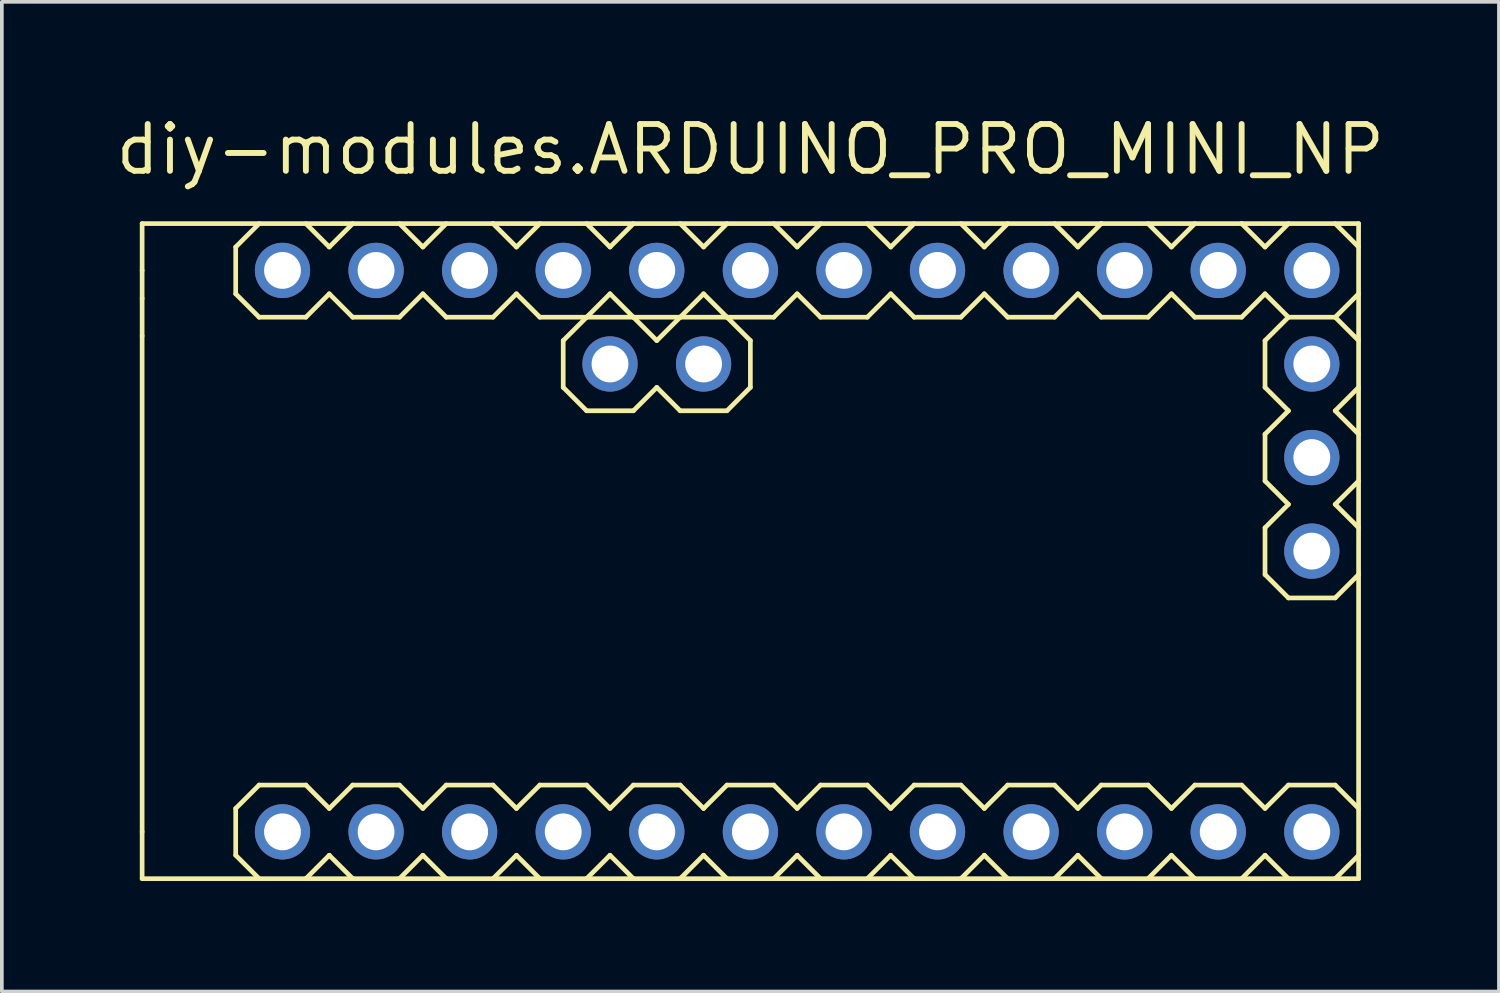
<source format=kicad_pcb>
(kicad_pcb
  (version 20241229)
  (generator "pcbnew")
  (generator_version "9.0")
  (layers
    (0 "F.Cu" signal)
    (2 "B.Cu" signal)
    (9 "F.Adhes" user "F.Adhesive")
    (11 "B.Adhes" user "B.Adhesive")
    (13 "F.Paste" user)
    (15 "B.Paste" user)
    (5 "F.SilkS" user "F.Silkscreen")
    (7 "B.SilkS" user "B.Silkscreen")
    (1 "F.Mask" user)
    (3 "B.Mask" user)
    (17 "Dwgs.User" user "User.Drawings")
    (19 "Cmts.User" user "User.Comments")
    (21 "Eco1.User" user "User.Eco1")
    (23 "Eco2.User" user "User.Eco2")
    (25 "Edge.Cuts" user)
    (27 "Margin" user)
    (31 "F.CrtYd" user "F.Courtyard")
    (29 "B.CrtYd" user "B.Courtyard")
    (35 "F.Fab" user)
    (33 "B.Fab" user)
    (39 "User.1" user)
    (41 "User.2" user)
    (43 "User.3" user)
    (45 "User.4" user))
  (footprint "diy-modules.ARDUINO_PRO_MINI_NP"
    (layer "F.Cu")
    (at 17.318 11.91)
    (property "Reference" "diy-modules.ARDUINO_PRO_MINI_NP" (at 0 -10.16 0) (layer "F.SilkS") (effects (font (size 1.27 1.27) (thickness 0.16)) (justify bottom)))
    (attr through_hole)
    (fp_line (start -16.51 -8.89) (end -16.51 -7.62) (stroke (width 0.127) (type default)) (layer "F.SilkS"))
    (fp_line (start -16.51 -7.62) (end -16.51 -6.858) (stroke (width 0.127) (type default)) (layer "F.SilkS"))
    (fp_line (start -16.51 -6.858) (end -16.51 -5.842) (stroke (width 0.127) (type default)) (layer "F.SilkS"))
    (fp_line (start -16.51 -5.842) (end -16.51 7.62) (stroke (width 0.127) (type default)) (layer "F.SilkS"))
    (fp_line (start -16.51 7.62) (end -16.51 8.89) (stroke (width 0.127) (type default)) (layer "F.SilkS"))
    (fp_line (start -16.51 8.89) (end -12.065 8.89) (stroke (width 0.127) (type default)) (layer "F.SilkS"))
    (fp_line (start -13.97 -8.255) (end -13.97 -6.985) (stroke (width 0.127) (type default)) (layer "F.SilkS"))
    (fp_line (start -13.97 -6.985) (end -13.335 -6.35) (stroke (width 0.127) (type default)) (layer "F.SilkS"))
    (fp_line (start -13.97 6.985) (end -13.97 8.255) (stroke (width 0.127) (type default)) (layer "F.SilkS"))
    (fp_line (start -13.335 -8.89) (end -13.97 -8.255) (stroke (width 0.127) (type default)) (layer "F.SilkS"))
    (fp_line (start -13.335 -6.35) (end -12.065 -6.35) (stroke (width 0.127) (type default)) (layer "F.SilkS"))
    (fp_line (start -13.335 6.35) (end -13.97 6.985) (stroke (width 0.127) (type default)) (layer "F.SilkS"))
    (fp_line (start -13.335 6.35) (end -12.065 6.35) (stroke (width 0.127) (type default)) (layer "F.SilkS"))
    (fp_line (start -13.335 8.89) (end -13.97 8.255) (stroke (width 0.127) (type default)) (layer "F.SilkS"))
    (fp_line (start -12.065 -6.35) (end -11.43 -6.985) (stroke (width 0.127) (type default)) (layer "F.SilkS"))
    (fp_line (start -12.065 6.35) (end -11.43 6.985) (stroke (width 0.127) (type default)) (layer "F.SilkS"))
    (fp_line (start -12.065 8.89) (end -11.43 8.255) (stroke (width 0.127) (type default)) (layer "F.SilkS"))
    (fp_line (start -12.065 8.89) (end -10.795 8.89) (stroke (width 0.127) (type default)) (layer "F.SilkS"))
    (fp_line (start -11.43 -8.255) (end -12.065 -8.89) (stroke (width 0.127) (type default)) (layer "F.SilkS"))
    (fp_line (start -11.43 -6.985) (end -10.795 -6.35) (stroke (width 0.127) (type default)) (layer "F.SilkS"))
    (fp_line (start -11.43 6.985) (end -10.795 6.35) (stroke (width 0.127) (type default)) (layer "F.SilkS"))
    (fp_line (start -11.43 8.255) (end -10.795 8.89) (stroke (width 0.127) (type default)) (layer "F.SilkS"))
    (fp_line (start -10.795 -8.89) (end -11.43 -8.255) (stroke (width 0.127) (type default)) (layer "F.SilkS"))
    (fp_line (start -10.795 -6.35) (end -9.525 -6.35) (stroke (width 0.127) (type default)) (layer "F.SilkS"))
    (fp_line (start -10.795 6.35) (end -9.525 6.35) (stroke (width 0.127) (type default)) (layer "F.SilkS"))
    (fp_line (start -10.795 8.89) (end -9.525 8.89) (stroke (width 0.127) (type default)) (layer "F.SilkS"))
    (fp_line (start -9.525 -6.35) (end -8.89 -6.985) (stroke (width 0.127) (type default)) (layer "F.SilkS"))
    (fp_line (start -9.525 6.35) (end -8.89 6.985) (stroke (width 0.127) (type default)) (layer "F.SilkS"))
    (fp_line (start -9.525 8.89) (end -8.89 8.255) (stroke (width 0.127) (type default)) (layer "F.SilkS"))
    (fp_line (start -9.525 8.89) (end -8.255 8.89) (stroke (width 0.127) (type default)) (layer "F.SilkS"))
    (fp_line (start -8.89 -8.255) (end -9.525 -8.89) (stroke (width 0.127) (type default)) (layer "F.SilkS"))
    (fp_line (start -8.89 -6.985) (end -8.255 -6.35) (stroke (width 0.127) (type default)) (layer "F.SilkS"))
    (fp_line (start -8.89 6.985) (end -8.255 6.35) (stroke (width 0.127) (type default)) (layer "F.SilkS"))
    (fp_line (start -8.89 8.255) (end -8.255 8.89) (stroke (width 0.127) (type default)) (layer "F.SilkS"))
    (fp_line (start -8.255 -8.89) (end -8.89 -8.255) (stroke (width 0.127) (type default)) (layer "F.SilkS"))
    (fp_line (start -8.255 -6.35) (end -6.985 -6.35) (stroke (width 0.127) (type default)) (layer "F.SilkS"))
    (fp_line (start -8.255 6.35) (end -6.985 6.35) (stroke (width 0.127) (type default)) (layer "F.SilkS"))
    (fp_line (start -8.255 8.89) (end -6.985 8.89) (stroke (width 0.127) (type default)) (layer "F.SilkS"))
    (fp_line (start -6.985 -8.89) (end -16.51 -8.89) (stroke (width 0.127) (type default)) (layer "F.SilkS"))
    (fp_line (start -6.985 -6.35) (end -6.35 -6.985) (stroke (width 0.127) (type default)) (layer "F.SilkS"))
    (fp_line (start -6.985 6.35) (end -6.35 6.985) (stroke (width 0.127) (type default)) (layer "F.SilkS"))
    (fp_line (start -6.985 8.89) (end -6.35 8.255) (stroke (width 0.127) (type default)) (layer "F.SilkS"))
    (fp_line (start -6.985 8.89) (end -5.715 8.89) (stroke (width 0.127) (type default)) (layer "F.SilkS"))
    (fp_line (start -6.35 -8.255) (end -6.985 -8.89) (stroke (width 0.127) (type default)) (layer "F.SilkS"))
    (fp_line (start -6.35 -6.985) (end -5.715 -6.35) (stroke (width 0.127) (type default)) (layer "F.SilkS"))
    (fp_line (start -6.35 6.985) (end -5.715 6.35) (stroke (width 0.127) (type default)) (layer "F.SilkS"))
    (fp_line (start -6.35 8.255) (end -5.715 8.89) (stroke (width 0.127) (type default)) (layer "F.SilkS"))
    (fp_line (start -5.715 -8.89) (end -6.35 -8.255) (stroke (width 0.127) (type default)) (layer "F.SilkS"))
    (fp_line (start -5.715 -6.35) (end -4.445 -6.35) (stroke (width 0.127) (type default)) (layer "F.SilkS"))
    (fp_line (start -5.715 6.35) (end -4.445 6.35) (stroke (width 0.127) (type default)) (layer "F.SilkS"))
    (fp_line (start -5.715 8.89) (end -4.445 8.89) (stroke (width 0.127) (type default)) (layer "F.SilkS"))
    (fp_line (start -5.08 -5.715) (end -4.445 -6.35) (stroke (width 0.127) (type default)) (layer "F.SilkS"))
    (fp_line (start -5.08 -4.445) (end -5.08 -5.715) (stroke (width 0.127) (type default)) (layer "F.SilkS"))
    (fp_line (start -4.445 -6.35) (end -3.81 -6.985) (stroke (width 0.127) (type default)) (layer "F.SilkS"))
    (fp_line (start -4.445 -6.35) (end -3.175 -6.35) (stroke (width 0.127) (type default)) (layer "F.SilkS"))
    (fp_line (start -4.445 -3.81) (end -5.08 -4.445) (stroke (width 0.127) (type default)) (layer "F.SilkS"))
    (fp_line (start -4.445 6.35) (end -3.81 6.985) (stroke (width 0.127) (type default)) (layer "F.SilkS"))
    (fp_line (start -4.445 8.89) (end -3.81 8.255) (stroke (width 0.127) (type default)) (layer "F.SilkS"))
    (fp_line (start -4.445 8.89) (end -3.175 8.89) (stroke (width 0.127) (type default)) (layer "F.SilkS"))
    (fp_line (start -3.81 -8.255) (end -4.445 -8.89) (stroke (width 0.127) (type default)) (layer "F.SilkS"))
    (fp_line (start -3.81 -6.985) (end -3.175 -6.35) (stroke (width 0.127) (type default)) (layer "F.SilkS"))
    (fp_line (start -3.81 6.985) (end -3.175 6.35) (stroke (width 0.127) (type default)) (layer "F.SilkS"))
    (fp_line (start -3.81 8.255) (end -3.175 8.89) (stroke (width 0.127) (type default)) (layer "F.SilkS"))
    (fp_line (start -3.175 -8.89) (end -3.81 -8.255) (stroke (width 0.127) (type default)) (layer "F.SilkS"))
    (fp_line (start -3.175 -6.35) (end -2.54 -5.715) (stroke (width 0.127) (type default)) (layer "F.SilkS"))
    (fp_line (start -3.175 -6.35) (end -1.905 -6.35) (stroke (width 0.127) (type default)) (layer "F.SilkS"))
    (fp_line (start -3.175 -3.81) (end -4.445 -3.81) (stroke (width 0.127) (type default)) (layer "F.SilkS"))
    (fp_line (start -3.175 6.35) (end -1.905 6.35) (stroke (width 0.127) (type default)) (layer "F.SilkS"))
    (fp_line (start -3.175 8.89) (end -1.905 8.89) (stroke (width 0.127) (type default)) (layer "F.SilkS"))
    (fp_line (start -2.54 -5.715) (end -1.905 -6.35) (stroke (width 0.127) (type default)) (layer "F.SilkS"))
    (fp_line (start -2.54 -4.445) (end -3.175 -3.81) (stroke (width 0.127) (type default)) (layer "F.SilkS"))
    (fp_line (start -1.905 -6.35) (end -1.27 -6.985) (stroke (width 0.127) (type default)) (layer "F.SilkS"))
    (fp_line (start -1.905 -6.35) (end -0.635 -6.35) (stroke (width 0.127) (type default)) (layer "F.SilkS"))
    (fp_line (start -1.905 -3.81) (end -2.54 -4.445) (stroke (width 0.127) (type default)) (layer "F.SilkS"))
    (fp_line (start -1.905 6.35) (end -1.27 6.985) (stroke (width 0.127) (type default)) (layer "F.SilkS"))
    (fp_line (start -1.905 8.89) (end -1.27 8.255) (stroke (width 0.127) (type default)) (layer "F.SilkS"))
    (fp_line (start -1.905 8.89) (end -0.635 8.89) (stroke (width 0.127) (type default)) (layer "F.SilkS"))
    (fp_line (start -1.27 -8.255) (end -1.905 -8.89) (stroke (width 0.127) (type default)) (layer "F.SilkS"))
    (fp_line (start -1.27 -6.985) (end -0.635 -6.35) (stroke (width 0.127) (type default)) (layer "F.SilkS"))
    (fp_line (start -1.27 6.985) (end -0.635 6.35) (stroke (width 0.127) (type default)) (layer "F.SilkS"))
    (fp_line (start -1.27 8.255) (end -0.635 8.89) (stroke (width 0.127) (type default)) (layer "F.SilkS"))
    (fp_line (start -0.635 -8.89) (end -1.27 -8.255) (stroke (width 0.127) (type default)) (layer "F.SilkS"))
    (fp_line (start -0.635 -6.35) (end 0 -5.715) (stroke (width 0.127) (type default)) (layer "F.SilkS"))
    (fp_line (start -0.635 -6.35) (end 0.635 -6.35) (stroke (width 0.127) (type default)) (layer "F.SilkS"))
    (fp_line (start -0.635 -3.81) (end -1.905 -3.81) (stroke (width 0.127) (type default)) (layer "F.SilkS"))
    (fp_line (start -0.635 6.35) (end 0.635 6.35) (stroke (width 0.127) (type default)) (layer "F.SilkS"))
    (fp_line (start -0.635 8.89) (end 0.635 8.89) (stroke (width 0.127) (type default)) (layer "F.SilkS"))
    (fp_line (start 0 -5.715) (end 0 -4.445) (stroke (width 0.127) (type default)) (layer "F.SilkS"))
    (fp_line (start 0 -4.445) (end -0.635 -3.81) (stroke (width 0.127) (type default)) (layer "F.SilkS"))
    (fp_line (start 0.635 -6.35) (end 1.27 -6.985) (stroke (width 0.127) (type default)) (layer "F.SilkS"))
    (fp_line (start 0.635 6.35) (end 1.27 6.985) (stroke (width 0.127) (type default)) (layer "F.SilkS"))
    (fp_line (start 0.635 8.89) (end 1.27 8.255) (stroke (width 0.127) (type default)) (layer "F.SilkS"))
    (fp_line (start 0.635 8.89) (end 1.905 8.89) (stroke (width 0.127) (type default)) (layer "F.SilkS"))
    (fp_line (start 1.27 -8.255) (end 0.635 -8.89) (stroke (width 0.127) (type default)) (layer "F.SilkS"))
    (fp_line (start 1.27 -6.985) (end 1.905 -6.35) (stroke (width 0.127) (type default)) (layer "F.SilkS"))
    (fp_line (start 1.27 6.985) (end 1.905 6.35) (stroke (width 0.127) (type default)) (layer "F.SilkS"))
    (fp_line (start 1.27 8.255) (end 1.905 8.89) (stroke (width 0.127) (type default)) (layer "F.SilkS"))
    (fp_line (start 1.905 -8.89) (end 1.27 -8.255) (stroke (width 0.127) (type default)) (layer "F.SilkS"))
    (fp_line (start 1.905 -6.35) (end 3.175 -6.35) (stroke (width 0.127) (type default)) (layer "F.SilkS"))
    (fp_line (start 1.905 6.35) (end 3.175 6.35) (stroke (width 0.127) (type default)) (layer "F.SilkS"))
    (fp_line (start 1.905 8.89) (end 3.175 8.89) (stroke (width 0.127) (type default)) (layer "F.SilkS"))
    (fp_line (start 3.175 -6.35) (end 3.81 -6.985) (stroke (width 0.127) (type default)) (layer "F.SilkS"))
    (fp_line (start 3.175 6.35) (end 3.81 6.985) (stroke (width 0.127) (type default)) (layer "F.SilkS"))
    (fp_line (start 3.175 8.89) (end 3.81 8.255) (stroke (width 0.127) (type default)) (layer "F.SilkS"))
    (fp_line (start 3.175 8.89) (end 4.445 8.89) (stroke (width 0.127) (type default)) (layer "F.SilkS"))
    (fp_line (start 3.81 -8.255) (end 3.175 -8.89) (stroke (width 0.127) (type default)) (layer "F.SilkS"))
    (fp_line (start 3.81 -6.985) (end 4.445 -6.35) (stroke (width 0.127) (type default)) (layer "F.SilkS"))
    (fp_line (start 3.81 6.985) (end 4.445 6.35) (stroke (width 0.127) (type default)) (layer "F.SilkS"))
    (fp_line (start 3.81 8.255) (end 4.445 8.89) (stroke (width 0.127) (type default)) (layer "F.SilkS"))
    (fp_line (start 4.445 -8.89) (end 3.81 -8.255) (stroke (width 0.127) (type default)) (layer "F.SilkS"))
    (fp_line (start 4.445 -6.35) (end 5.715 -6.35) (stroke (width 0.127) (type default)) (layer "F.SilkS"))
    (fp_line (start 4.445 6.35) (end 5.715 6.35) (stroke (width 0.127) (type default)) (layer "F.SilkS"))
    (fp_line (start 4.445 8.89) (end 5.715 8.89) (stroke (width 0.127) (type default)) (layer "F.SilkS"))
    (fp_line (start 5.715 -6.35) (end 6.35 -6.985) (stroke (width 0.127) (type default)) (layer "F.SilkS"))
    (fp_line (start 5.715 6.35) (end 6.35 6.985) (stroke (width 0.127) (type default)) (layer "F.SilkS"))
    (fp_line (start 5.715 8.89) (end 6.35 8.255) (stroke (width 0.127) (type default)) (layer "F.SilkS"))
    (fp_line (start 5.715 8.89) (end 6.985 8.89) (stroke (width 0.127) (type default)) (layer "F.SilkS"))
    (fp_line (start 6.35 -8.255) (end 5.715 -8.89) (stroke (width 0.127) (type default)) (layer "F.SilkS"))
    (fp_line (start 6.35 -6.985) (end 6.985 -6.35) (stroke (width 0.127) (type default)) (layer "F.SilkS"))
    (fp_line (start 6.35 6.985) (end 6.985 6.35) (stroke (width 0.127) (type default)) (layer "F.SilkS"))
    (fp_line (start 6.35 8.255) (end 6.985 8.89) (stroke (width 0.127) (type default)) (layer "F.SilkS"))
    (fp_line (start 6.985 -8.89) (end 6.35 -8.255) (stroke (width 0.127) (type default)) (layer "F.SilkS"))
    (fp_line (start 6.985 -6.35) (end 8.255 -6.35) (stroke (width 0.127) (type default)) (layer "F.SilkS"))
    (fp_line (start 6.985 6.35) (end 8.255 6.35) (stroke (width 0.127) (type default)) (layer "F.SilkS"))
    (fp_line (start 6.985 8.89) (end 8.255 8.89) (stroke (width 0.127) (type default)) (layer "F.SilkS"))
    (fp_line (start 8.255 -6.35) (end 8.89 -6.985) (stroke (width 0.127) (type default)) (layer "F.SilkS"))
    (fp_line (start 8.255 6.35) (end 8.89 6.985) (stroke (width 0.127) (type default)) (layer "F.SilkS"))
    (fp_line (start 8.255 8.89) (end 8.89 8.255) (stroke (width 0.127) (type default)) (layer "F.SilkS"))
    (fp_line (start 8.255 8.89) (end 9.525 8.89) (stroke (width 0.127) (type default)) (layer "F.SilkS"))
    (fp_line (start 8.89 -8.255) (end 8.255 -8.89) (stroke (width 0.127) (type default)) (layer "F.SilkS"))
    (fp_line (start 8.89 -8.255) (end 9.525 -8.89) (stroke (width 0.127) (type default)) (layer "F.SilkS"))
    (fp_line (start 8.89 -6.985) (end 9.525 -6.35) (stroke (width 0.127) (type default)) (layer "F.SilkS"))
    (fp_line (start 8.89 6.985) (end 9.525 6.35) (stroke (width 0.127) (type default)) (layer "F.SilkS"))
    (fp_line (start 8.89 8.255) (end 9.525 8.89) (stroke (width 0.127) (type default)) (layer "F.SilkS"))
    (fp_line (start 9.525 -8.89) (end -6.985 -8.89) (stroke (width 0.127) (type default)) (layer "F.SilkS"))
    (fp_line (start 9.525 -6.35) (end 10.795 -6.35) (stroke (width 0.127) (type default)) (layer "F.SilkS"))
    (fp_line (start 9.525 6.35) (end 10.795 6.35) (stroke (width 0.127) (type default)) (layer "F.SilkS"))
    (fp_line (start 9.525 8.89) (end 10.795 8.89) (stroke (width 0.127) (type default)) (layer "F.SilkS"))
    (fp_line (start 10.795 -6.35) (end 11.43 -6.985) (stroke (width 0.127) (type default)) (layer "F.SilkS"))
    (fp_line (start 10.795 6.35) (end 11.43 6.985) (stroke (width 0.127) (type default)) (layer "F.SilkS"))
    (fp_line (start 10.795 8.89) (end 11.43 8.255) (stroke (width 0.127) (type default)) (layer "F.SilkS"))
    (fp_line (start 10.795 8.89) (end 12.065 8.89) (stroke (width 0.127) (type default)) (layer "F.SilkS"))
    (fp_line (start 11.43 -8.255) (end 10.795 -8.89) (stroke (width 0.127) (type default)) (layer "F.SilkS"))
    (fp_line (start 11.43 -6.985) (end 12.065 -6.35) (stroke (width 0.127) (type default)) (layer "F.SilkS"))
    (fp_line (start 11.43 6.985) (end 12.065 6.35) (stroke (width 0.127) (type default)) (layer "F.SilkS"))
    (fp_line (start 11.43 8.255) (end 12.065 8.89) (stroke (width 0.127) (type default)) (layer "F.SilkS"))
    (fp_line (start 12.065 -8.89) (end 11.43 -8.255) (stroke (width 0.127) (type default)) (layer "F.SilkS"))
    (fp_line (start 12.065 -6.35) (end 13.335 -6.35) (stroke (width 0.127) (type default)) (layer "F.SilkS"))
    (fp_line (start 12.065 6.35) (end 13.335 6.35) (stroke (width 0.127) (type default)) (layer "F.SilkS"))
    (fp_line (start 12.065 8.89) (end 13.335 8.89) (stroke (width 0.127) (type default)) (layer "F.SilkS"))
    (fp_line (start 13.335 -8.89) (end 9.525 -8.89) (stroke (width 0.127) (type default)) (layer "F.SilkS"))
    (fp_line (start 13.335 -6.35) (end 13.97 -6.985) (stroke (width 0.127) (type default)) (layer "F.SilkS"))
    (fp_line (start 13.335 6.35) (end 13.97 6.985) (stroke (width 0.127) (type default)) (layer "F.SilkS"))
    (fp_line (start 13.335 8.89) (end 14.605 8.89) (stroke (width 0.127) (type default)) (layer "F.SilkS"))
    (fp_line (start 13.97 -8.255) (end 13.335 -8.89) (stroke (width 0.127) (type default)) (layer "F.SilkS"))
    (fp_line (start 13.97 -6.985) (end 14.605 -6.35) (stroke (width 0.127) (type default)) (layer "F.SilkS"))
    (fp_line (start 13.97 -5.715) (end 14.605 -6.35) (stroke (width 0.127) (type default)) (layer "F.SilkS"))
    (fp_line (start 13.97 -4.445) (end 13.97 -5.715) (stroke (width 0.127) (type default)) (layer "F.SilkS"))
    (fp_line (start 13.97 -3.175) (end 14.605 -3.81) (stroke (width 0.127) (type default)) (layer "F.SilkS"))
    (fp_line (start 13.97 -1.905) (end 13.97 -3.175) (stroke (width 0.127) (type default)) (layer "F.SilkS"))
    (fp_line (start 13.97 -0.635) (end 14.605 -1.27) (stroke (width 0.127) (type default)) (layer "F.SilkS"))
    (fp_line (start 13.97 0.635) (end 13.97 -0.635) (stroke (width 0.127) (type default)) (layer "F.SilkS"))
    (fp_line (start 13.97 6.985) (end 14.605 6.35) (stroke (width 0.127) (type default)) (layer "F.SilkS"))
    (fp_line (start 13.97 8.255) (end 13.335 8.89) (stroke (width 0.127) (type default)) (layer "F.SilkS"))
    (fp_line (start 14.605 -8.89) (end 13.97 -8.255) (stroke (width 0.127) (type default)) (layer "F.SilkS"))
    (fp_line (start 14.605 -6.35) (end 15.875 -6.35) (stroke (width 0.127) (type default)) (layer "F.SilkS"))
    (fp_line (start 14.605 -3.81) (end 13.97 -4.445) (stroke (width 0.127) (type default)) (layer "F.SilkS"))
    (fp_line (start 14.605 -1.27) (end 13.97 -1.905) (stroke (width 0.127) (type default)) (layer "F.SilkS"))
    (fp_line (start 14.605 1.27) (end 13.97 0.635) (stroke (width 0.127) (type default)) (layer "F.SilkS"))
    (fp_line (start 14.605 6.35) (end 15.875 6.35) (stroke (width 0.127) (type default)) (layer "F.SilkS"))
    (fp_line (start 14.605 8.89) (end 13.97 8.255) (stroke (width 0.127) (type default)) (layer "F.SilkS"))
    (fp_line (start 14.605 8.89) (end 16.51 8.89) (stroke (width 0.127) (type default)) (layer "F.SilkS"))
    (fp_line (start 15.875 -6.35) (end 16.51 -6.985) (stroke (width 0.127) (type default)) (layer "F.SilkS"))
    (fp_line (start 15.875 -6.35) (end 16.51 -5.715) (stroke (width 0.127) (type default)) (layer "F.SilkS"))
    (fp_line (start 15.875 -3.81) (end 16.51 -3.175) (stroke (width 0.127) (type default)) (layer "F.SilkS"))
    (fp_line (start 15.875 -1.27) (end 16.51 -0.635) (stroke (width 0.127) (type default)) (layer "F.SilkS"))
    (fp_line (start 15.875 1.27) (end 14.605 1.27) (stroke (width 0.127) (type default)) (layer "F.SilkS"))
    (fp_line (start 15.875 8.89) (end 16.51 8.255) (stroke (width 0.127) (type default)) (layer "F.SilkS"))
    (fp_line (start 16.51 -8.89) (end 13.335 -8.89) (stroke (width 0.127) (type default)) (layer "F.SilkS"))
    (fp_line (start 16.51 -8.255) (end 15.875 -8.89) (stroke (width 0.127) (type default)) (layer "F.SilkS"))
    (fp_line (start 16.51 -4.445) (end 15.875 -3.81) (stroke (width 0.127) (type default)) (layer "F.SilkS"))
    (fp_line (start 16.51 -1.905) (end 15.875 -1.27) (stroke (width 0.127) (type default)) (layer "F.SilkS"))
    (fp_line (start 16.51 0.635) (end 15.875 1.27) (stroke (width 0.127) (type default)) (layer "F.SilkS"))
    (fp_line (start 16.51 6.985) (end 15.875 6.35) (stroke (width 0.127) (type default)) (layer "F.SilkS"))
    (fp_line (start 16.51 8.89) (end 16.51 -8.89) (stroke (width 0.127) (type default)) (layer "F.SilkS"))
    (pad "J2.1" thru_hole circle (at -1.27 -5.08) (size 1.5 1.5) (drill 1) (layers "*.Cu" "*.Mask"))
    (pad "J2.2" thru_hole circle (at -3.81 -5.08) (size 1.5 1.5) (drill 1) (layers "*.Cu" "*.Mask"))
    (pad "J3.1" thru_hole circle (at 15.24 0) (size 1.5 1.5) (drill 1) (layers "*.Cu" "*.Mask"))
    (pad "J3.2" thru_hole circle (at 15.24 -2.54) (size 1.5 1.5) (drill 1) (layers "*.Cu" "*.Mask"))
    (pad "J3.3" thru_hole circle (at 15.24 -5.08) (size 1.5 1.5) (drill 1) (layers "*.Cu" "*.Mask"))
    (pad "J6.1" thru_hole circle (at -12.7 -7.62) (size 1.5 1.5) (drill 1) (layers "*.Cu" "*.Mask"))
    (pad "J6.2" thru_hole circle (at -10.16 -7.62) (size 1.5 1.5) (drill 1) (layers "*.Cu" "*.Mask"))
    (pad "J6.3" thru_hole circle (at -7.62 -7.62) (size 1.5 1.5) (drill 1) (layers "*.Cu" "*.Mask"))
    (pad "J6.4" thru_hole circle (at -5.08 -7.62) (size 1.5 1.5) (drill 1) (layers "*.Cu" "*.Mask"))
    (pad "J6.5" thru_hole circle (at -2.54 -7.62) (size 1.5 1.5) (drill 1) (layers "*.Cu" "*.Mask"))
    (pad "J6.6" thru_hole circle (at 0 -7.62) (size 1.5 1.5) (drill 1) (layers "*.Cu" "*.Mask"))
    (pad "J6.7" thru_hole circle (at 2.54 -7.62) (size 1.5 1.5) (drill 1) (layers "*.Cu" "*.Mask"))
    (pad "J6.8" thru_hole circle (at 5.08 -7.62) (size 1.5 1.5) (drill 1) (layers "*.Cu" "*.Mask"))
    (pad "J6.9" thru_hole circle (at 7.62 -7.62) (size 1.5 1.5) (drill 1) (layers "*.Cu" "*.Mask"))
    (pad "J6.10" thru_hole circle (at 10.16 -7.62) (size 1.5 1.5) (drill 1) (layers "*.Cu" "*.Mask"))
    (pad "J6.11" thru_hole circle (at 12.7 -7.62) (size 1.5 1.5) (drill 1) (layers "*.Cu" "*.Mask"))
    (pad "J6.12" thru_hole circle (at 15.24 -7.62) (size 1.5 1.5) (drill 1) (layers "*.Cu" "*.Mask"))
    (pad "J7.1" thru_hole circle (at 15.24 7.62) (size 1.5 1.5) (drill 1) (layers "*.Cu" "*.Mask"))
    (pad "J7.2" thru_hole circle (at 12.7 7.62) (size 1.5 1.5) (drill 1) (layers "*.Cu" "*.Mask"))
    (pad "J7.3" thru_hole circle (at 10.16 7.62) (size 1.5 1.5) (drill 1) (layers "*.Cu" "*.Mask"))
    (pad "J7.4" thru_hole circle (at 7.62 7.62) (size 1.5 1.5) (drill 1) (layers "*.Cu" "*.Mask"))
    (pad "J7.5" thru_hole circle (at 5.08 7.62) (size 1.5 1.5) (drill 1) (layers "*.Cu" "*.Mask"))
    (pad "J7.6" thru_hole circle (at 2.54 7.62) (size 1.5 1.5) (drill 1) (layers "*.Cu" "*.Mask"))
    (pad "J7.7" thru_hole circle (at 0 7.62) (size 1.5 1.5) (drill 1) (layers "*.Cu" "*.Mask"))
    (pad "J7.8" thru_hole circle (at -2.54 7.62) (size 1.5 1.5) (drill 1) (layers "*.Cu" "*.Mask"))
    (pad "J7.9" thru_hole circle (at -5.08 7.62) (size 1.5 1.5) (drill 1) (layers "*.Cu" "*.Mask"))
    (pad "J7.10" thru_hole circle (at -7.62 7.62) (size 1.5 1.5) (drill 1) (layers "*.Cu" "*.Mask"))
    (pad "J7.11" thru_hole circle (at -10.16 7.62) (size 1.5 1.5) (drill 1) (layers "*.Cu" "*.Mask"))
    (pad "J7.12" thru_hole circle (at -12.7 7.62) (size 1.5 1.5) (drill 1) (layers "*.Cu" "*.Mask")))
  (gr_rect
    (start -3 -3)
    (end 37.637 23.863)
    (stroke (width 0.1) (type default))
    (fill no)
    (layer "Edge.Cuts")))
</source>
